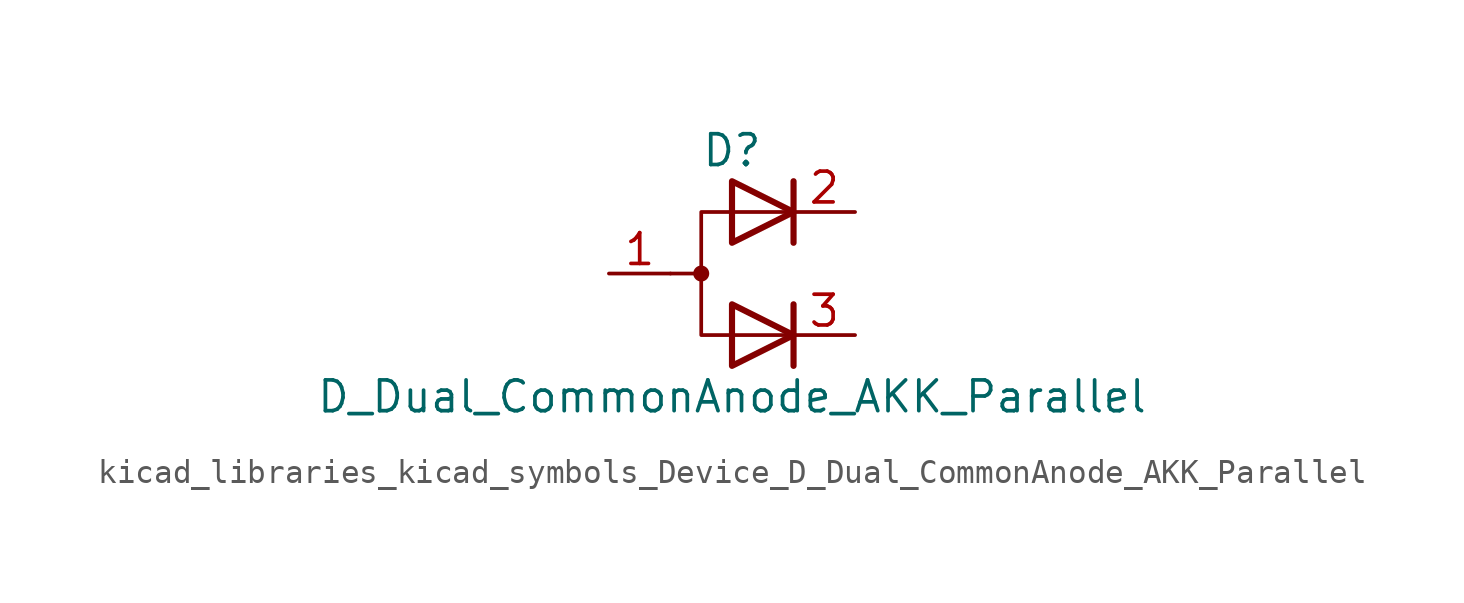
<source format=kicad_sym>
(kicad_symbol_lib
  (version 20220914)
  (generator kicad_symbol_editor)
  (symbol "kicad_libraries_kicad_symbols_Device_D_Dual_CommonAnode_AKK_Parallel"
    (pin_names
      (offset 0.762) hide)
    (property "Reference" "D"
      (at 0 5.08 0)
      (effects (font (size 1.27 1.27))))
    (property "Value" "D_Dual_CommonAnode_AKK_Parallel"
      (at 0 -5.08 0)
      (effects (font (size 1.27 1.27))))
    (symbol "kicad_libraries_kicad_symbols_Device_D_Dual_CommonAnode_AKK_Parallel_0_0"
      (polyline (pts (xy 2.54 -1.27) (xy 2.54 -3.81)) (stroke (width 0.254) (type default)) (fill (type none)))
      (polyline (pts (xy 2.54 3.81) (xy 2.54 1.27)) (stroke (width 0.254) (type default)) (fill (type none))))
    (symbol "kicad_libraries_kicad_symbols_Device_D_Dual_CommonAnode_AKK_Parallel_0_1"
      (circle (center -1.27 0) (radius 0.254) (stroke (width 0) (type default)) (fill (type outline)))
      (polyline (pts (xy -1.27 0) (xy -2.54 0)) (stroke (width 0) (type default)) (fill (type none)))
      (polyline (pts (xy 2.54 2.54) (xy -1.27 2.54) (xy -1.27 -2.54) (xy 2.54 -2.54)) (stroke (width 0) (type default)) (fill (type none)))
      (polyline (pts (xy 0 -1.27) (xy 2.54 -2.54) (xy 0 -3.81) (xy 0 -1.27) (xy 0 -1.27) (xy 0 -1.27)) (stroke (width 0.254) (type default)) (fill (type none)))
      (polyline (pts (xy 0 3.81) (xy 2.54 2.54) (xy 0 1.27) (xy 0 3.81) (xy 0 3.81) (xy 0 3.81)) (stroke (width 0.254) (type default)) (fill (type none)))
      (pin passive line (at -5.08 0 0) (length 2.54) (name "A" (effects (font (size 1.27 1.27)))) (number "1" (effects (font (size 1.27 1.27)))))
      (pin passive line (at 5.08 2.54 180) (length 2.54) (name "K" (effects (font (size 1.27 1.27)))) (number "2" (effects (font (size 1.27 1.27)))))
      (pin passive line (at 5.08 -2.54 180) (length 2.54) (name "K" (effects (font (size 1.27 1.27)))) (number "3" (effects (font (size 1.27 1.27))))))))
</source>
